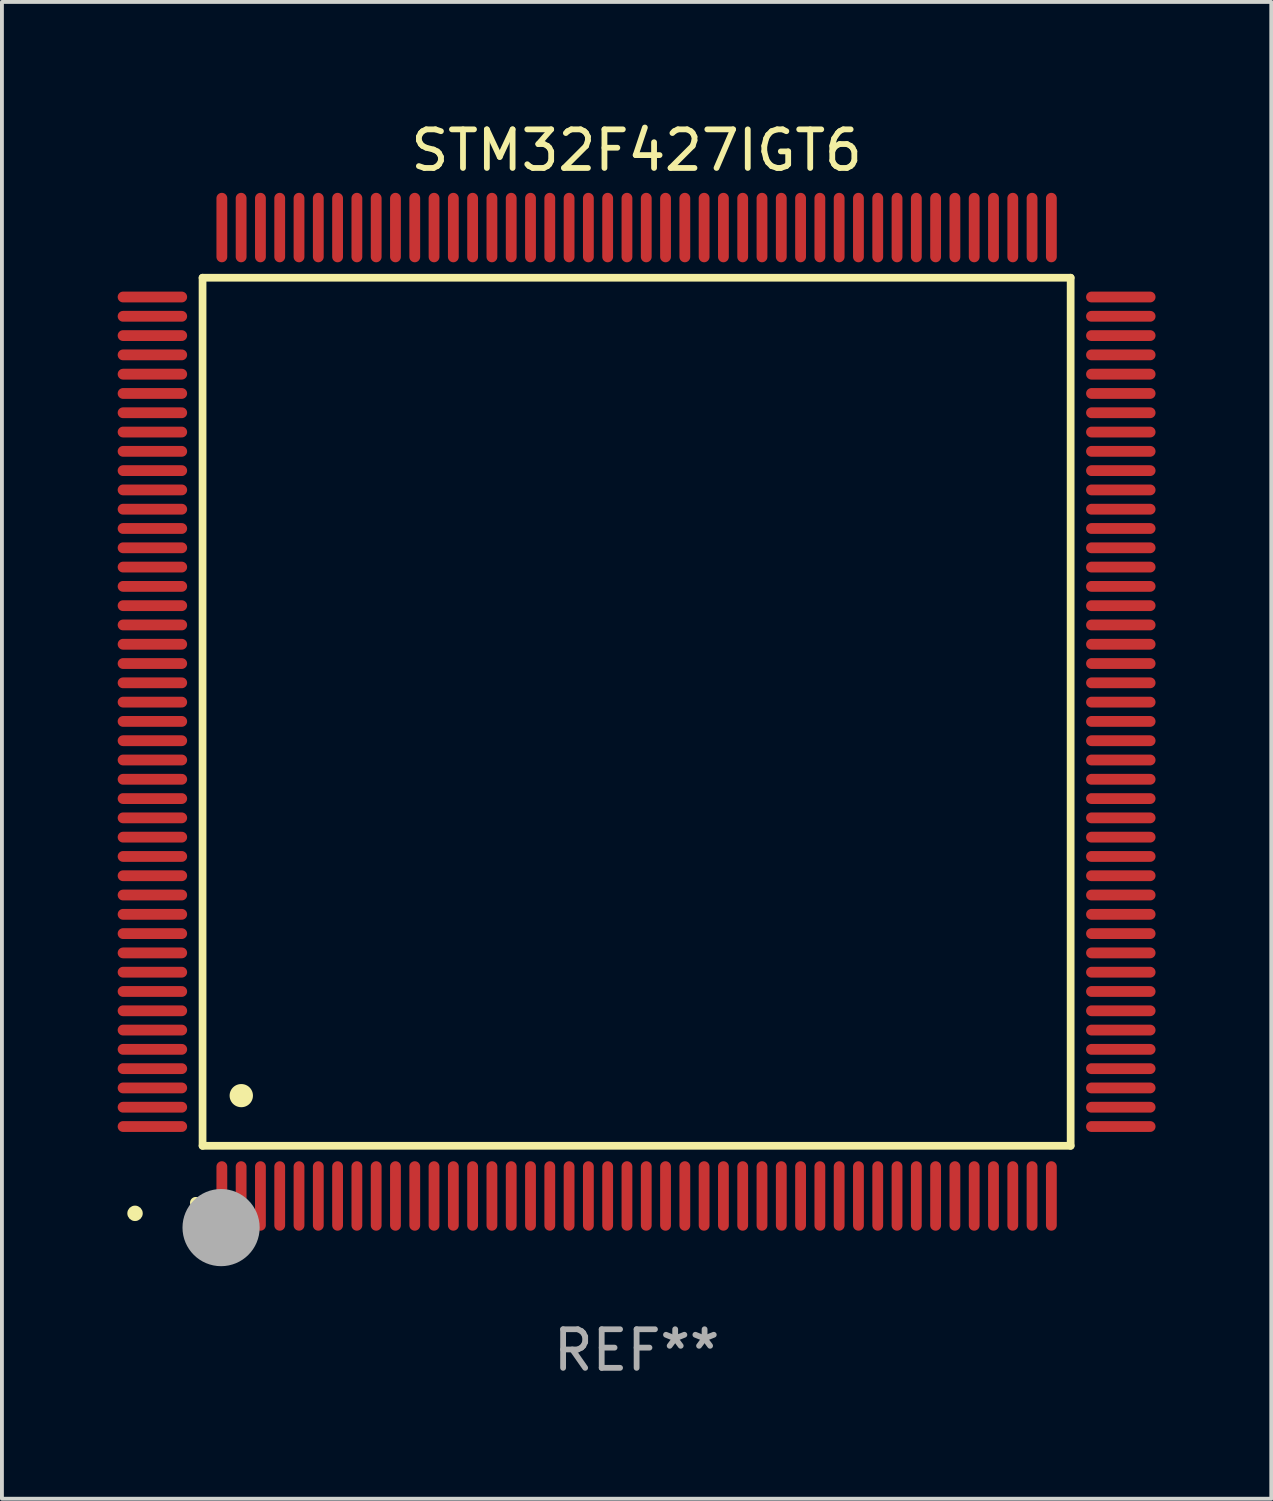
<source format=kicad_pcb>
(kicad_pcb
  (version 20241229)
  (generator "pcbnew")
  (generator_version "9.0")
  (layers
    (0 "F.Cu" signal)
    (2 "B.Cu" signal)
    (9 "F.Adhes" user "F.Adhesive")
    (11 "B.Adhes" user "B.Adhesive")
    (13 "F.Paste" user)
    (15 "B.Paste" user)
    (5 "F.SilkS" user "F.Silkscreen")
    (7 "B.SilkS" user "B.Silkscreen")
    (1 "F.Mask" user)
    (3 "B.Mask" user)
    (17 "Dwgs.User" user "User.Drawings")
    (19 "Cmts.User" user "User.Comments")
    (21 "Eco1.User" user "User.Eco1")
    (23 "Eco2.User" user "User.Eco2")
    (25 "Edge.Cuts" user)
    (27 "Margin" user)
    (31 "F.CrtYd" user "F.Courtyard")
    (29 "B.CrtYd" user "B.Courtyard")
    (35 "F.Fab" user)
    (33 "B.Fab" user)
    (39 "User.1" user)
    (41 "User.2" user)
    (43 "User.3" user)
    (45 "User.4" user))
  (footprint "STM32F427IGT6"
    (layer "F.Cu")
    (at 13.45 15.398)
    (property "Reference" "STM32F427IGT6" (at 0 -14.55 0) (layer "F.SilkS") (effects (font (size 1 1) (thickness 0.15))))
    (attr through_hole)
    (fp_line (start -11.25 -11.25) (end 11.25 -11.25) (stroke (width 0.2) (type solid)) (layer "F.SilkS"))
    (fp_line (start -11.25 11.25) (end -11.25 -11.25) (stroke (width 0.2) (type solid)) (layer "F.SilkS"))
    (fp_line (start 11.25 -11.25) (end 11.25 11.25) (stroke (width 0.2) (type solid)) (layer "F.SilkS"))
    (fp_line (start 11.25 11.25) (end -11.25 11.25) (stroke (width 0.2) (type solid)) (layer "F.SilkS"))
    (fp_arc (start -11.424943 12.725425) (mid -11.423673 12.72542) (end -11.422403 12.725425) (stroke (width 0.3) (type solid)) (layer "F.SilkS"))
    (fp_arc (start -10.24892 9.9492) (mid -10.24638 9.949189) (end -10.24384 9.9492) (stroke (width 0.6) (type solid)) (layer "F.SilkS"))
    (fp_circle (center -13 13) (end -12.9 13) (stroke (width 0.2) (type solid)) (fill no) (layer "F.SilkS"))
    (fp_circle (center -10.77 13.37) (end -10.27 13.37) (stroke (width 1) (type solid)) (fill no) (layer "F.Fab"))
    (fp_text user "REF**" (at 0 16.55 0) (layer "F.Fab") (effects (font (size 1 1) (thickness 0.15))))
    (pad "1" smd oval (at -10.75 12.55) (size 0.28 1.8) (layers "F.Cu" "F.Mask" "F.Paste"))
    (pad "2" smd oval (at -10.25 12.55) (size 0.28 1.8) (layers "F.Cu" "F.Mask" "F.Paste"))
    (pad "3" smd oval (at -9.75 12.55) (size 0.28 1.8) (layers "F.Cu" "F.Mask" "F.Paste"))
    (pad "4" smd oval (at -9.25 12.55) (size 0.28 1.8) (layers "F.Cu" "F.Mask" "F.Paste"))
    (pad "5" smd oval (at -8.75 12.55) (size 0.28 1.8) (layers "F.Cu" "F.Mask" "F.Paste"))
    (pad "6" smd oval (at -8.25 12.55) (size 0.28 1.8) (layers "F.Cu" "F.Mask" "F.Paste"))
    (pad "7" smd oval (at -7.75 12.55) (size 0.28 1.8) (layers "F.Cu" "F.Mask" "F.Paste"))
    (pad "8" smd oval (at -7.25 12.55) (size 0.28 1.8) (layers "F.Cu" "F.Mask" "F.Paste"))
    (pad "9" smd oval (at -6.75 12.55) (size 0.28 1.8) (layers "F.Cu" "F.Mask" "F.Paste"))
    (pad "10" smd oval (at -6.25 12.55) (size 0.28 1.8) (layers "F.Cu" "F.Mask" "F.Paste"))
    (pad "11" smd oval (at -5.75 12.55) (size 0.28 1.8) (layers "F.Cu" "F.Mask" "F.Paste"))
    (pad "12" smd oval (at -5.25 12.55) (size 0.28 1.8) (layers "F.Cu" "F.Mask" "F.Paste"))
    (pad "13" smd oval (at -4.75 12.55) (size 0.28 1.8) (layers "F.Cu" "F.Mask" "F.Paste"))
    (pad "14" smd oval (at -4.25 12.55) (size 0.28 1.8) (layers "F.Cu" "F.Mask" "F.Paste"))
    (pad "15" smd oval (at -3.75 12.55) (size 0.28 1.8) (layers "F.Cu" "F.Mask" "F.Paste"))
    (pad "16" smd oval (at -3.25 12.55) (size 0.28 1.8) (layers "F.Cu" "F.Mask" "F.Paste"))
    (pad "17" smd oval (at -2.75 12.55) (size 0.28 1.8) (layers "F.Cu" "F.Mask" "F.Paste"))
    (pad "18" smd oval (at -2.25 12.55) (size 0.28 1.8) (layers "F.Cu" "F.Mask" "F.Paste"))
    (pad "19" smd oval (at -1.75 12.55) (size 0.28 1.8) (layers "F.Cu" "F.Mask" "F.Paste"))
    (pad "20" smd oval (at -1.25 12.55) (size 0.28 1.8) (layers "F.Cu" "F.Mask" "F.Paste"))
    (pad "21" smd oval (at -0.75 12.55) (size 0.28 1.8) (layers "F.Cu" "F.Mask" "F.Paste"))
    (pad "22" smd oval (at -0.25 12.55) (size 0.28 1.8) (layers "F.Cu" "F.Mask" "F.Paste"))
    (pad "23" smd oval (at 0.25 12.55) (size 0.28 1.8) (layers "F.Cu" "F.Mask" "F.Paste"))
    (pad "24" smd oval (at 0.75 12.55) (size 0.28 1.8) (layers "F.Cu" "F.Mask" "F.Paste"))
    (pad "25" smd oval (at 1.25 12.55) (size 0.28 1.8) (layers "F.Cu" "F.Mask" "F.Paste"))
    (pad "26" smd oval (at 1.75 12.55) (size 0.28 1.8) (layers "F.Cu" "F.Mask" "F.Paste"))
    (pad "27" smd oval (at 2.25 12.55) (size 0.28 1.8) (layers "F.Cu" "F.Mask" "F.Paste"))
    (pad "28" smd oval (at 2.75 12.55) (size 0.28 1.8) (layers "F.Cu" "F.Mask" "F.Paste"))
    (pad "29" smd oval (at 3.25 12.55) (size 0.28 1.8) (layers "F.Cu" "F.Mask" "F.Paste"))
    (pad "30" smd oval (at 3.75 12.55) (size 0.28 1.8) (layers "F.Cu" "F.Mask" "F.Paste"))
    (pad "31" smd oval (at 4.25 12.55) (size 0.28 1.8) (layers "F.Cu" "F.Mask" "F.Paste"))
    (pad "32" smd oval (at 4.75 12.55) (size 0.28 1.8) (layers "F.Cu" "F.Mask" "F.Paste"))
    (pad "33" smd oval (at 5.25 12.55) (size 0.28 1.8) (layers "F.Cu" "F.Mask" "F.Paste"))
    (pad "34" smd oval (at 5.75 12.55) (size 0.28 1.8) (layers "F.Cu" "F.Mask" "F.Paste"))
    (pad "35" smd oval (at 6.25 12.55) (size 0.28 1.8) (layers "F.Cu" "F.Mask" "F.Paste"))
    (pad "36" smd oval (at 6.75 12.55) (size 0.28 1.8) (layers "F.Cu" "F.Mask" "F.Paste"))
    (pad "37" smd oval (at 7.25 12.55) (size 0.28 1.8) (layers "F.Cu" "F.Mask" "F.Paste"))
    (pad "38" smd oval (at 7.75 12.55) (size 0.28 1.8) (layers "F.Cu" "F.Mask" "F.Paste"))
    (pad "39" smd oval (at 8.25 12.55) (size 0.28 1.8) (layers "F.Cu" "F.Mask" "F.Paste"))
    (pad "40" smd oval (at 8.75 12.55) (size 0.28 1.8) (layers "F.Cu" "F.Mask" "F.Paste"))
    (pad "41" smd oval (at 9.25 12.55) (size 0.28 1.8) (layers "F.Cu" "F.Mask" "F.Paste"))
    (pad "42" smd oval (at 9.75 12.55) (size 0.28 1.8) (layers "F.Cu" "F.Mask" "F.Paste"))
    (pad "43" smd oval (at 10.25 12.55) (size 0.28 1.8) (layers "F.Cu" "F.Mask" "F.Paste"))
    (pad "44" smd oval (at 10.75 12.55) (size 0.28 1.8) (layers "F.Cu" "F.Mask" "F.Paste"))
    (pad "45" smd oval (at 12.55 10.75) (size 1.8 0.28) (layers "F.Cu" "F.Mask" "F.Paste"))
    (pad "46" smd oval (at 12.55 10.25) (size 1.8 0.28) (layers "F.Cu" "F.Mask" "F.Paste"))
    (pad "47" smd oval (at 12.55 9.75) (size 1.8 0.28) (layers "F.Cu" "F.Mask" "F.Paste"))
    (pad "48" smd oval (at 12.55 9.25) (size 1.8 0.28) (layers "F.Cu" "F.Mask" "F.Paste"))
    (pad "49" smd oval (at 12.55 8.75) (size 1.8 0.28) (layers "F.Cu" "F.Mask" "F.Paste"))
    (pad "50" smd oval (at 12.55 8.25) (size 1.8 0.28) (layers "F.Cu" "F.Mask" "F.Paste"))
    (pad "51" smd oval (at 12.55 7.75) (size 1.8 0.28) (layers "F.Cu" "F.Mask" "F.Paste"))
    (pad "52" smd oval (at 12.55 7.25) (size 1.8 0.28) (layers "F.Cu" "F.Mask" "F.Paste"))
    (pad "53" smd oval (at 12.55 6.75) (size 1.8 0.28) (layers "F.Cu" "F.Mask" "F.Paste"))
    (pad "54" smd oval (at 12.55 6.25) (size 1.8 0.28) (layers "F.Cu" "F.Mask" "F.Paste"))
    (pad "55" smd oval (at 12.55 5.75) (size 1.8 0.28) (layers "F.Cu" "F.Mask" "F.Paste"))
    (pad "56" smd oval (at 12.55 5.25) (size 1.8 0.28) (layers "F.Cu" "F.Mask" "F.Paste"))
    (pad "57" smd oval (at 12.55 4.75) (size 1.8 0.28) (layers "F.Cu" "F.Mask" "F.Paste"))
    (pad "58" smd oval (at 12.55 4.25) (size 1.8 0.28) (layers "F.Cu" "F.Mask" "F.Paste"))
    (pad "59" smd oval (at 12.55 3.75) (size 1.8 0.28) (layers "F.Cu" "F.Mask" "F.Paste"))
    (pad "60" smd oval (at 12.55 3.25) (size 1.8 0.28) (layers "F.Cu" "F.Mask" "F.Paste"))
    (pad "61" smd oval (at 12.55 2.75) (size 1.8 0.28) (layers "F.Cu" "F.Mask" "F.Paste"))
    (pad "62" smd oval (at 12.55 2.25) (size 1.8 0.28) (layers "F.Cu" "F.Mask" "F.Paste"))
    (pad "63" smd oval (at 12.55 1.75) (size 1.8 0.28) (layers "F.Cu" "F.Mask" "F.Paste"))
    (pad "64" smd oval (at 12.55 1.25) (size 1.8 0.28) (layers "F.Cu" "F.Mask" "F.Paste"))
    (pad "65" smd oval (at 12.55 0.75) (size 1.8 0.28) (layers "F.Cu" "F.Mask" "F.Paste"))
    (pad "66" smd oval (at 12.55 0.25) (size 1.8 0.28) (layers "F.Cu" "F.Mask" "F.Paste"))
    (pad "67" smd oval (at 12.55 -0.25) (size 1.8 0.28) (layers "F.Cu" "F.Mask" "F.Paste"))
    (pad "68" smd oval (at 12.55 -0.75) (size 1.8 0.28) (layers "F.Cu" "F.Mask" "F.Paste"))
    (pad "69" smd oval (at 12.55 -1.25) (size 1.8 0.28) (layers "F.Cu" "F.Mask" "F.Paste"))
    (pad "70" smd oval (at 12.55 -1.75) (size 1.8 0.28) (layers "F.Cu" "F.Mask" "F.Paste"))
    (pad "71" smd oval (at 12.55 -2.25) (size 1.8 0.28) (layers "F.Cu" "F.Mask" "F.Paste"))
    (pad "72" smd oval (at 12.55 -2.75) (size 1.8 0.28) (layers "F.Cu" "F.Mask" "F.Paste"))
    (pad "73" smd oval (at 12.55 -3.25) (size 1.8 0.28) (layers "F.Cu" "F.Mask" "F.Paste"))
    (pad "74" smd oval (at 12.55 -3.75) (size 1.8 0.28) (layers "F.Cu" "F.Mask" "F.Paste"))
    (pad "75" smd oval (at 12.55 -4.25) (size 1.8 0.28) (layers "F.Cu" "F.Mask" "F.Paste"))
    (pad "76" smd oval (at 12.55 -4.75) (size 1.8 0.28) (layers "F.Cu" "F.Mask" "F.Paste"))
    (pad "77" smd oval (at 12.55 -5.25) (size 1.8 0.28) (layers "F.Cu" "F.Mask" "F.Paste"))
    (pad "78" smd oval (at 12.55 -5.75) (size 1.8 0.28) (layers "F.Cu" "F.Mask" "F.Paste"))
    (pad "79" smd oval (at 12.55 -6.25) (size 1.8 0.28) (layers "F.Cu" "F.Mask" "F.Paste"))
    (pad "80" smd oval (at 12.55 -6.75) (size 1.8 0.28) (layers "F.Cu" "F.Mask" "F.Paste"))
    (pad "81" smd oval (at 12.55 -7.25) (size 1.8 0.28) (layers "F.Cu" "F.Mask" "F.Paste"))
    (pad "82" smd oval (at 12.55 -7.75) (size 1.8 0.28) (layers "F.Cu" "F.Mask" "F.Paste"))
    (pad "83" smd oval (at 12.55 -8.25) (size 1.8 0.28) (layers "F.Cu" "F.Mask" "F.Paste"))
    (pad "84" smd oval (at 12.55 -8.75) (size 1.8 0.28) (layers "F.Cu" "F.Mask" "F.Paste"))
    (pad "85" smd oval (at 12.55 -9.25) (size 1.8 0.28) (layers "F.Cu" "F.Mask" "F.Paste"))
    (pad "86" smd oval (at 12.55 -9.75) (size 1.8 0.28) (layers "F.Cu" "F.Mask" "F.Paste"))
    (pad "87" smd oval (at 12.55 -10.25) (size 1.8 0.28) (layers "F.Cu" "F.Mask" "F.Paste"))
    (pad "88" smd oval (at 12.55 -10.75) (size 1.8 0.28) (layers "F.Cu" "F.Mask" "F.Paste"))
    (pad "89" smd oval (at 10.75 -12.55) (size 0.28 1.8) (layers "F.Cu" "F.Mask" "F.Paste"))
    (pad "90" smd oval (at 10.25 -12.55) (size 0.28 1.8) (layers "F.Cu" "F.Mask" "F.Paste"))
    (pad "91" smd oval (at 9.75 -12.55) (size 0.28 1.8) (layers "F.Cu" "F.Mask" "F.Paste"))
    (pad "92" smd oval (at 9.25 -12.55) (size 0.28 1.8) (layers "F.Cu" "F.Mask" "F.Paste"))
    (pad "93" smd oval (at 8.75 -12.55) (size 0.28 1.8) (layers "F.Cu" "F.Mask" "F.Paste"))
    (pad "94" smd oval (at 8.25 -12.55) (size 0.28 1.8) (layers "F.Cu" "F.Mask" "F.Paste"))
    (pad "95" smd oval (at 7.75 -12.55) (size 0.28 1.8) (layers "F.Cu" "F.Mask" "F.Paste"))
    (pad "96" smd oval (at 7.25 -12.55) (size 0.28 1.8) (layers "F.Cu" "F.Mask" "F.Paste"))
    (pad "97" smd oval (at 6.75 -12.55) (size 0.28 1.8) (layers "F.Cu" "F.Mask" "F.Paste"))
    (pad "98" smd oval (at 6.25 -12.55) (size 0.28 1.8) (layers "F.Cu" "F.Mask" "F.Paste"))
    (pad "99" smd oval (at 5.75 -12.55) (size 0.28 1.8) (layers "F.Cu" "F.Mask" "F.Paste"))
    (pad "100" smd oval (at 5.25 -12.55) (size 0.28 1.8) (layers "F.Cu" "F.Mask" "F.Paste"))
    (pad "101" smd oval (at 4.75 -12.55) (size 0.28 1.8) (layers "F.Cu" "F.Mask" "F.Paste"))
    (pad "102" smd oval (at 4.25 -12.55) (size 0.28 1.8) (layers "F.Cu" "F.Mask" "F.Paste"))
    (pad "103" smd oval (at 3.75 -12.55) (size 0.28 1.8) (layers "F.Cu" "F.Mask" "F.Paste"))
    (pad "104" smd oval (at 3.25 -12.55) (size 0.28 1.8) (layers "F.Cu" "F.Mask" "F.Paste"))
    (pad "105" smd oval (at 2.75 -12.55) (size 0.28 1.8) (layers "F.Cu" "F.Mask" "F.Paste"))
    (pad "106" smd oval (at 2.25 -12.55) (size 0.28 1.8) (layers "F.Cu" "F.Mask" "F.Paste"))
    (pad "107" smd oval (at 1.75 -12.55) (size 0.28 1.8) (layers "F.Cu" "F.Mask" "F.Paste"))
    (pad "108" smd oval (at 1.25 -12.55) (size 0.28 1.8) (layers "F.Cu" "F.Mask" "F.Paste"))
    (pad "109" smd oval (at 0.75 -12.55) (size 0.28 1.8) (layers "F.Cu" "F.Mask" "F.Paste"))
    (pad "110" smd oval (at 0.25 -12.55) (size 0.28 1.8) (layers "F.Cu" "F.Mask" "F.Paste"))
    (pad "111" smd oval (at -0.25 -12.55) (size 0.28 1.8) (layers "F.Cu" "F.Mask" "F.Paste"))
    (pad "112" smd oval (at -0.75 -12.55) (size 0.28 1.8) (layers "F.Cu" "F.Mask" "F.Paste"))
    (pad "113" smd oval (at -1.25 -12.55) (size 0.28 1.8) (layers "F.Cu" "F.Mask" "F.Paste"))
    (pad "114" smd oval (at -1.75 -12.55) (size 0.28 1.8) (layers "F.Cu" "F.Mask" "F.Paste"))
    (pad "115" smd oval (at -2.25 -12.55) (size 0.28 1.8) (layers "F.Cu" "F.Mask" "F.Paste"))
    (pad "116" smd oval (at -2.75 -12.55) (size 0.28 1.8) (layers "F.Cu" "F.Mask" "F.Paste"))
    (pad "117" smd oval (at -3.25 -12.55) (size 0.28 1.8) (layers "F.Cu" "F.Mask" "F.Paste"))
    (pad "118" smd oval (at -3.75 -12.55) (size 0.28 1.8) (layers "F.Cu" "F.Mask" "F.Paste"))
    (pad "119" smd oval (at -4.25 -12.55) (size 0.28 1.8) (layers "F.Cu" "F.Mask" "F.Paste"))
    (pad "120" smd oval (at -4.75 -12.55) (size 0.28 1.8) (layers "F.Cu" "F.Mask" "F.Paste"))
    (pad "121" smd oval (at -5.25 -12.55) (size 0.28 1.8) (layers "F.Cu" "F.Mask" "F.Paste"))
    (pad "122" smd oval (at -5.75 -12.55) (size 0.28 1.8) (layers "F.Cu" "F.Mask" "F.Paste"))
    (pad "123" smd oval (at -6.25 -12.55) (size 0.28 1.8) (layers "F.Cu" "F.Mask" "F.Paste"))
    (pad "124" smd oval (at -6.75 -12.55) (size 0.28 1.8) (layers "F.Cu" "F.Mask" "F.Paste"))
    (pad "125" smd oval (at -7.25 -12.55) (size 0.28 1.8) (layers "F.Cu" "F.Mask" "F.Paste"))
    (pad "126" smd oval (at -7.75 -12.55) (size 0.28 1.8) (layers "F.Cu" "F.Mask" "F.Paste"))
    (pad "127" smd oval (at -8.25 -12.55) (size 0.28 1.8) (layers "F.Cu" "F.Mask" "F.Paste"))
    (pad "128" smd oval (at -8.75 -12.55) (size 0.28 1.8) (layers "F.Cu" "F.Mask" "F.Paste"))
    (pad "129" smd oval (at -9.25 -12.55) (size 0.28 1.8) (layers "F.Cu" "F.Mask" "F.Paste"))
    (pad "130" smd oval (at -9.75 -12.55) (size 0.28 1.8) (layers "F.Cu" "F.Mask" "F.Paste"))
    (pad "131" smd oval (at -10.25 -12.55) (size 0.28 1.8) (layers "F.Cu" "F.Mask" "F.Paste"))
    (pad "132" smd oval (at -10.75 -12.55) (size 0.28 1.8) (layers "F.Cu" "F.Mask" "F.Paste"))
    (pad "133" smd oval (at -12.55 -10.75) (size 1.8 0.28) (layers "F.Cu" "F.Mask" "F.Paste"))
    (pad "134" smd oval (at -12.55 -10.25) (size 1.8 0.28) (layers "F.Cu" "F.Mask" "F.Paste"))
    (pad "135" smd oval (at -12.55 -9.75) (size 1.8 0.28) (layers "F.Cu" "F.Mask" "F.Paste"))
    (pad "136" smd oval (at -12.55 -9.25) (size 1.8 0.28) (layers "F.Cu" "F.Mask" "F.Paste"))
    (pad "137" smd oval (at -12.55 -8.75) (size 1.8 0.28) (layers "F.Cu" "F.Mask" "F.Paste"))
    (pad "138" smd oval (at -12.55 -8.25) (size 1.8 0.28) (layers "F.Cu" "F.Mask" "F.Paste"))
    (pad "139" smd oval (at -12.55 -7.75) (size 1.8 0.28) (layers "F.Cu" "F.Mask" "F.Paste"))
    (pad "140" smd oval (at -12.55 -7.25) (size 1.8 0.28) (layers "F.Cu" "F.Mask" "F.Paste"))
    (pad "141" smd oval (at -12.55 -6.75) (size 1.8 0.28) (layers "F.Cu" "F.Mask" "F.Paste"))
    (pad "142" smd oval (at -12.55 -6.25) (size 1.8 0.28) (layers "F.Cu" "F.Mask" "F.Paste"))
    (pad "143" smd oval (at -12.55 -5.75) (size 1.8 0.28) (layers "F.Cu" "F.Mask" "F.Paste"))
    (pad "144" smd oval (at -12.55 -5.25) (size 1.8 0.28) (layers "F.Cu" "F.Mask" "F.Paste"))
    (pad "145" smd oval (at -12.55 -4.75) (size 1.8 0.28) (layers "F.Cu" "F.Mask" "F.Paste"))
    (pad "146" smd oval (at -12.55 -4.25) (size 1.8 0.28) (layers "F.Cu" "F.Mask" "F.Paste"))
    (pad "147" smd oval (at -12.55 -3.75) (size 1.8 0.28) (layers "F.Cu" "F.Mask" "F.Paste"))
    (pad "148" smd oval (at -12.55 -3.25) (size 1.8 0.28) (layers "F.Cu" "F.Mask" "F.Paste"))
    (pad "149" smd oval (at -12.55 -2.75) (size 1.8 0.28) (layers "F.Cu" "F.Mask" "F.Paste"))
    (pad "150" smd oval (at -12.55 -2.25) (size 1.8 0.28) (layers "F.Cu" "F.Mask" "F.Paste"))
    (pad "151" smd oval (at -12.55 -1.75) (size 1.8 0.28) (layers "F.Cu" "F.Mask" "F.Paste"))
    (pad "152" smd oval (at -12.55 -1.25) (size 1.8 0.28) (layers "F.Cu" "F.Mask" "F.Paste"))
    (pad "153" smd oval (at -12.55 -0.75) (size 1.8 0.28) (layers "F.Cu" "F.Mask" "F.Paste"))
    (pad "154" smd oval (at -12.55 -0.25) (size 1.8 0.28) (layers "F.Cu" "F.Mask" "F.Paste"))
    (pad "155" smd oval (at -12.55 0.25) (size 1.8 0.28) (layers "F.Cu" "F.Mask" "F.Paste"))
    (pad "156" smd oval (at -12.55 0.75) (size 1.8 0.28) (layers "F.Cu" "F.Mask" "F.Paste"))
    (pad "157" smd oval (at -12.55 1.25) (size 1.8 0.28) (layers "F.Cu" "F.Mask" "F.Paste"))
    (pad "158" smd oval (at -12.55 1.75) (size 1.8 0.28) (layers "F.Cu" "F.Mask" "F.Paste"))
    (pad "159" smd oval (at -12.55 2.25) (size 1.8 0.28) (layers "F.Cu" "F.Mask" "F.Paste"))
    (pad "160" smd oval (at -12.55 2.75) (size 1.8 0.28) (layers "F.Cu" "F.Mask" "F.Paste"))
    (pad "161" smd oval (at -12.55 3.25) (size 1.8 0.28) (layers "F.Cu" "F.Mask" "F.Paste"))
    (pad "162" smd oval (at -12.55 3.75) (size 1.8 0.28) (layers "F.Cu" "F.Mask" "F.Paste"))
    (pad "163" smd oval (at -12.55 4.25) (size 1.8 0.28) (layers "F.Cu" "F.Mask" "F.Paste"))
    (pad "164" smd oval (at -12.55 4.75) (size 1.8 0.28) (layers "F.Cu" "F.Mask" "F.Paste"))
    (pad "165" smd oval (at -12.55 5.25) (size 1.8 0.28) (layers "F.Cu" "F.Mask" "F.Paste"))
    (pad "166" smd oval (at -12.55 5.75) (size 1.8 0.28) (layers "F.Cu" "F.Mask" "F.Paste"))
    (pad "167" smd oval (at -12.55 6.25) (size 1.8 0.28) (layers "F.Cu" "F.Mask" "F.Paste"))
    (pad "168" smd oval (at -12.55 6.75) (size 1.8 0.28) (layers "F.Cu" "F.Mask" "F.Paste"))
    (pad "169" smd oval (at -12.55 7.25) (size 1.8 0.28) (layers "F.Cu" "F.Mask" "F.Paste"))
    (pad "170" smd oval (at -12.55 7.75) (size 1.8 0.28) (layers "F.Cu" "F.Mask" "F.Paste"))
    (pad "171" smd oval (at -12.55 8.25) (size 1.8 0.28) (layers "F.Cu" "F.Mask" "F.Paste"))
    (pad "172" smd oval (at -12.55 8.75) (size 1.8 0.28) (layers "F.Cu" "F.Mask" "F.Paste"))
    (pad "173" smd oval (at -12.55 9.25) (size 1.8 0.28) (layers "F.Cu" "F.Mask" "F.Paste"))
    (pad "174" smd oval (at -12.55 9.75) (size 1.8 0.28) (layers "F.Cu" "F.Mask" "F.Paste"))
    (pad "175" smd oval (at -12.55 10.25) (size 1.8 0.28) (layers "F.Cu" "F.Mask" "F.Paste"))
    (pad "176" smd oval (at -12.55 10.75) (size 1.8 0.28) (layers "F.Cu" "F.Mask" "F.Paste")))
  (gr_rect
    (start -3 -3)
    (end 29.9 35.796)
    (stroke (width 0.1) (type default))
    (fill no)
    (layer "Edge.Cuts")))
</source>
